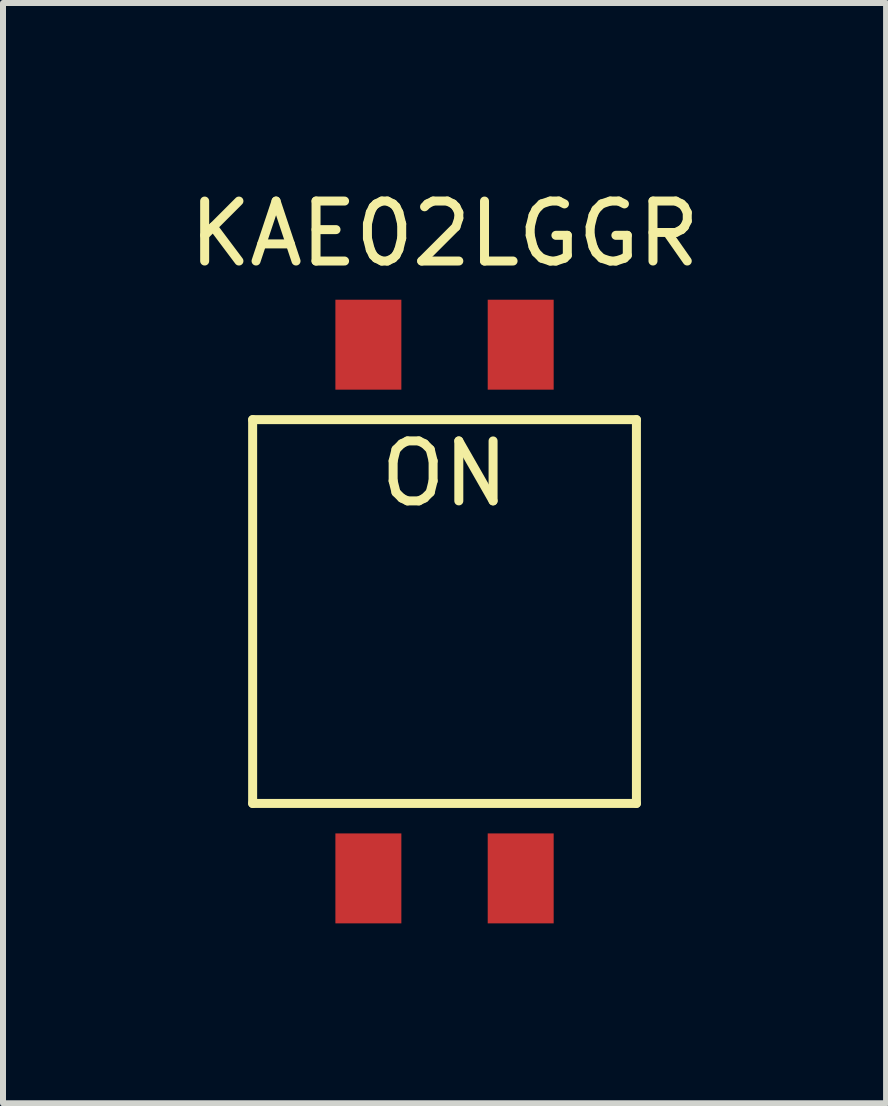
<source format=kicad_pcb>
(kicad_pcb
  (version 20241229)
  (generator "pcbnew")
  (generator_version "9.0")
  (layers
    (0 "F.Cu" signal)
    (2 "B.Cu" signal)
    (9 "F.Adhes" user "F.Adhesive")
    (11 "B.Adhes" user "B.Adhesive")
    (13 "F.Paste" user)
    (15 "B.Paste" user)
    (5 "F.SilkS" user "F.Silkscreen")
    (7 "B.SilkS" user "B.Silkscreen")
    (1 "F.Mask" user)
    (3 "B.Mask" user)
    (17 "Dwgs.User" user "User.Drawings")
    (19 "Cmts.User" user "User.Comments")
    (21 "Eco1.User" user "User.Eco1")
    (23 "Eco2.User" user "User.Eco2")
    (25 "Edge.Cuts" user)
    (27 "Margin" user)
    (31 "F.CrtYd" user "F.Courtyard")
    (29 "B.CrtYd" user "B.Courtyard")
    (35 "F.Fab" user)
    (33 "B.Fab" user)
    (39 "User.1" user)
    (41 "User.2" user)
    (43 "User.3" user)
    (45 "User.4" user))
  (footprint "KAE02LGGR"
    (layer "F.Cu")
    (at 4.363 7.148)
    (property "Reference" "KAE02LGGR" (at 0 -6.3 0) (layer "F.SilkS") (effects (font (size 1 1) (thickness 0.15))))
    (attr through_hole)
    (fp_line (start -3.2 -3.2) (end 3.2 -3.2) (stroke (width 0.15) (type solid)) (layer "F.SilkS"))
    (fp_line (start -3.2 3.2) (end -3.2 -3.2) (stroke (width 0.15) (type solid)) (layer "F.SilkS"))
    (fp_line (start 3.2 -3.2) (end 3.2 3.2) (stroke (width 0.15) (type solid)) (layer "F.SilkS"))
    (fp_line (start 3.2 3.2) (end -3.2 3.2) (stroke (width 0.15) (type solid)) (layer "F.SilkS"))
    (fp_text user "ON" (at 0 -2.3 0) (layer "F.SilkS") (effects (font (size 1 1) (thickness 0.15))))
    (pad "1" smd rect (at -1.27 4.45) (size 1.1 1.5) (layers "F.Cu" "F.Mask" "F.Paste"))
    (pad "2" smd rect (at 1.27 4.45) (size 1.1 1.5) (layers "F.Cu" "F.Mask" "F.Paste"))
    (pad "3" smd rect (at 1.27 -4.45) (size 1.1 1.5) (layers "F.Cu" "F.Mask" "F.Paste"))
    (pad "4" smd rect (at -1.27 -4.45) (size 1.1 1.5) (layers "F.Cu" "F.Mask" "F.Paste")))
  (gr_rect
    (start -3 -3)
    (end 11.726 15.348)
    (stroke (width 0.1) (type default))
    (fill no)
    (layer "Edge.Cuts")))
</source>
